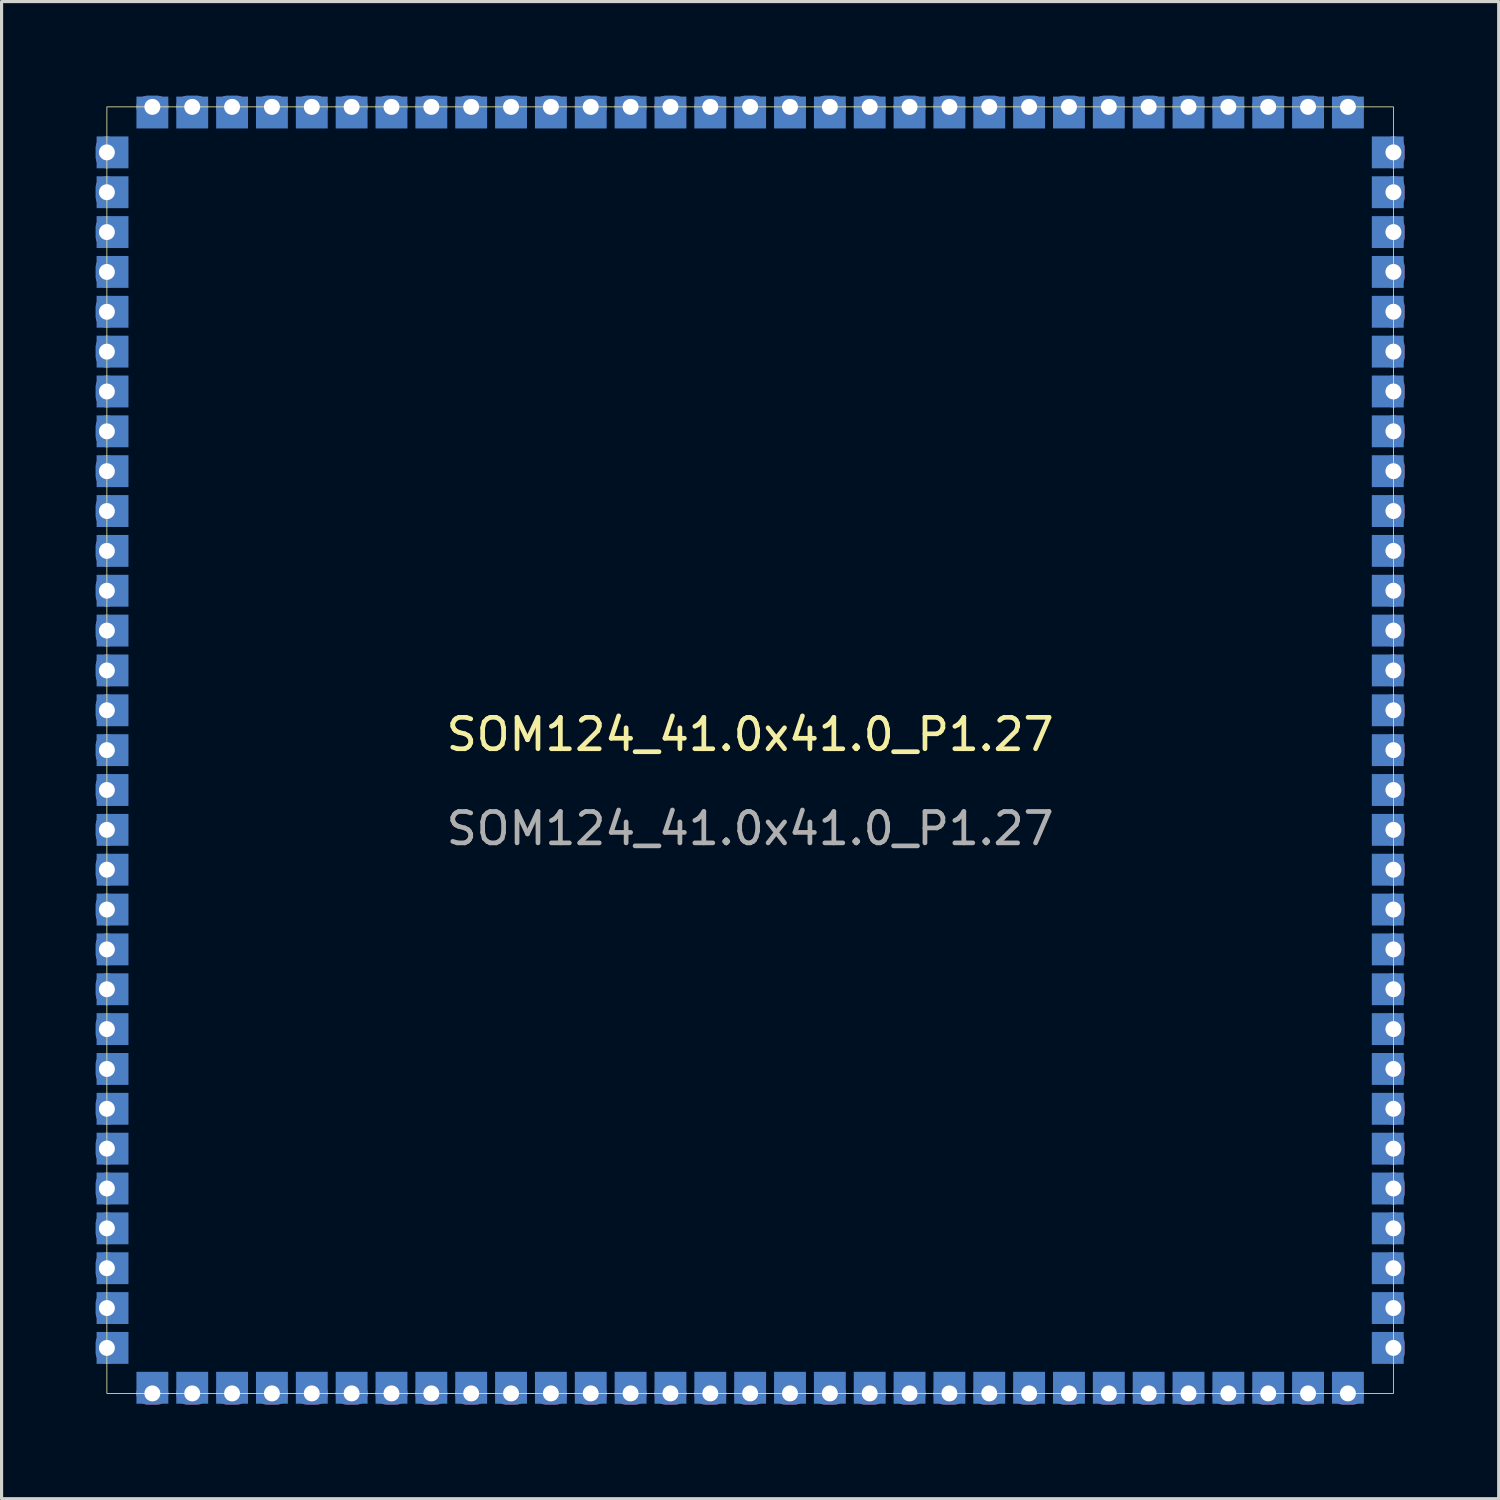
<source format=kicad_pcb>
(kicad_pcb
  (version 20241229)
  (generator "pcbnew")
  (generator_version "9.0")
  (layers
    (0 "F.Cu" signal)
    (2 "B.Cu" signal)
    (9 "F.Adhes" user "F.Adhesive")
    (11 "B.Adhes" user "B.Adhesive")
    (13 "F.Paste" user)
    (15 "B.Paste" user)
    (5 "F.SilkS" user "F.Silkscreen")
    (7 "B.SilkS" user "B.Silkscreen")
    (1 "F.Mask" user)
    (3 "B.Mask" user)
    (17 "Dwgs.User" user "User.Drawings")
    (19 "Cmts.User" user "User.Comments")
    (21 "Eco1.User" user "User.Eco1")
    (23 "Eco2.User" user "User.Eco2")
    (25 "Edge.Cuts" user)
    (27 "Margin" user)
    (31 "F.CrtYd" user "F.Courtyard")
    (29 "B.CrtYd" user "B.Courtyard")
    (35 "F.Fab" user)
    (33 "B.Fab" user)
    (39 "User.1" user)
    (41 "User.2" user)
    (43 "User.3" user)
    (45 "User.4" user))
  (footprint "SOM124_41.0x41.0_P1.27"
    (layer "F.Cu")
    (at 20.856 20.856)
    (property "Reference" "SOM124_41.0x41.0_P1.27" (at 0 -0.5 0) (unlocked yes) (layer "F.SilkS") (effects (font (size 1 1) (thickness 0.15))))
    (attr smd)
    (fp_rect (start -20.5 -20.5) (end 20.5 20.5) (stroke (width 0.025) (type solid)) (fill no) (layer "F.SilkS"))
    (fp_text user "${REFERENCE}" (at 0 2.5 0) (unlocked yes) (layer "F.Fab") (effects (font (size 1 1) (thickness 0.15))))
    (pad "1" thru_hole oval (at -20.5 -19.05) (size 0.711 1.016) (drill 0.508) (layers "*.Cu" "*.Mask"))
    (pad "1" smd rect (at -20.32 -19.05) (size 1.016 1.016) (layers "F.Mask" "B.Cu"))
    (pad "2" thru_hole oval (at -20.5 -17.78) (size 0.711 1.016) (drill 0.508) (layers "*.Cu" "*.Mask"))
    (pad "2" smd rect (at -20.32 -17.78) (size 1.016 1.016) (layers "F.Mask" "B.Cu"))
    (pad "3" thru_hole oval (at -20.5 -16.51) (size 0.711 1.016) (drill 0.508) (layers "*.Cu" "*.Mask"))
    (pad "3" smd rect (at -20.32 -16.51) (size 1.016 1.016) (layers "F.Mask" "B.Cu"))
    (pad "4" thru_hole oval (at -20.5 -15.24) (size 0.711 1.016) (drill 0.508) (layers "*.Cu" "*.Mask"))
    (pad "4" smd rect (at -20.32 -15.24) (size 1.016 1.016) (layers "F.Mask" "B.Cu"))
    (pad "5" thru_hole oval (at -20.5 -13.97) (size 0.711 1.016) (drill 0.508) (layers "*.Cu" "*.Mask"))
    (pad "5" smd rect (at -20.32 -13.97) (size 1.016 1.016) (layers "F.Mask" "B.Cu"))
    (pad "6" thru_hole oval (at -20.5 -12.7) (size 0.711 1.016) (drill 0.508) (layers "*.Cu" "*.Mask"))
    (pad "6" smd rect (at -20.32 -12.7) (size 1.016 1.016) (layers "F.Mask" "B.Cu"))
    (pad "7" thru_hole oval (at -20.5 -11.43) (size 0.711 1.016) (drill 0.508) (layers "*.Cu" "*.Mask"))
    (pad "7" smd rect (at -20.32 -11.43) (size 1.016 1.016) (layers "F.Mask" "B.Cu"))
    (pad "8" thru_hole oval (at -20.5 -10.16) (size 0.711 1.016) (drill 0.508) (layers "*.Cu" "*.Mask"))
    (pad "8" smd rect (at -20.32 -10.16) (size 1.016 1.016) (layers "F.Mask" "B.Cu"))
    (pad "9" thru_hole oval (at -20.5 -8.89) (size 0.711 1.016) (drill 0.508) (layers "*.Cu" "*.Mask"))
    (pad "9" smd rect (at -20.32 -8.89) (size 1.016 1.016) (layers "F.Mask" "B.Cu"))
    (pad "10" thru_hole oval (at -20.5 -7.62) (size 0.711 1.016) (drill 0.508) (layers "*.Cu" "*.Mask"))
    (pad "10" smd rect (at -20.32 -7.62) (size 1.016 1.016) (layers "F.Mask" "B.Cu"))
    (pad "11" thru_hole oval (at -20.5 -6.35) (size 0.711 1.016) (drill 0.508) (layers "*.Cu" "*.Mask"))
    (pad "11" smd rect (at -20.32 -6.35) (size 1.016 1.016) (layers "F.Mask" "B.Cu"))
    (pad "12" thru_hole oval (at -20.5 -5.08) (size 0.711 1.016) (drill 0.508) (layers "*.Cu" "*.Mask"))
    (pad "12" smd rect (at -20.32 -5.08) (size 1.016 1.016) (layers "F.Mask" "B.Cu"))
    (pad "13" thru_hole oval (at -20.5 -3.81) (size 0.711 1.016) (drill 0.508) (layers "*.Cu" "*.Mask"))
    (pad "13" smd rect (at -20.32 -3.81) (size 1.016 1.016) (layers "F.Mask" "B.Cu"))
    (pad "14" thru_hole oval (at -20.5 -2.54) (size 0.711 1.016) (drill 0.508) (layers "*.Cu" "*.Mask"))
    (pad "14" smd rect (at -20.32 -2.54) (size 1.016 1.016) (layers "F.Mask" "B.Cu"))
    (pad "15" thru_hole oval (at -20.5 -1.27) (size 0.711 1.016) (drill 0.508) (layers "*.Cu" "*.Mask"))
    (pad "15" smd rect (at -20.32 -1.27) (size 1.016 1.016) (layers "F.Mask" "B.Cu"))
    (pad "16" thru_hole oval (at -20.5 0) (size 0.711 1.016) (drill 0.508) (layers "*.Cu" "*.Mask"))
    (pad "16" smd rect (at -20.32 0) (size 1.016 1.016) (layers "F.Mask" "B.Cu"))
    (pad "17" thru_hole oval (at -20.5 1.27) (size 0.711 1.016) (drill 0.508) (layers "*.Cu" "*.Mask"))
    (pad "17" smd rect (at -20.32 1.27) (size 1.016 1.016) (layers "F.Mask" "B.Cu"))
    (pad "18" thru_hole oval (at -20.5 2.54) (size 0.711 1.016) (drill 0.508) (layers "*.Cu" "*.Mask"))
    (pad "18" smd rect (at -20.32 2.54) (size 1.016 1.016) (layers "F.Mask" "B.Cu"))
    (pad "19" thru_hole oval (at -20.5 3.81) (size 0.711 1.016) (drill 0.508) (layers "*.Cu" "*.Mask"))
    (pad "19" smd rect (at -20.32 3.81) (size 1.016 1.016) (layers "F.Mask" "B.Cu"))
    (pad "20" thru_hole oval (at -20.5 5.08) (size 0.711 1.016) (drill 0.508) (layers "*.Cu" "*.Mask"))
    (pad "20" smd rect (at -20.32 5.08) (size 1.016 1.016) (layers "F.Mask" "B.Cu"))
    (pad "21" thru_hole oval (at -20.5 6.35) (size 0.711 1.016) (drill 0.508) (layers "*.Cu" "*.Mask"))
    (pad "21" smd rect (at -20.32 6.35) (size 1.016 1.016) (layers "F.Mask" "B.Cu"))
    (pad "22" thru_hole oval (at -20.5 7.62) (size 0.711 1.016) (drill 0.508) (layers "*.Cu" "*.Mask"))
    (pad "22" smd rect (at -20.32 7.62) (size 1.016 1.016) (layers "F.Mask" "B.Cu"))
    (pad "23" thru_hole oval (at -20.5 8.89) (size 0.711 1.016) (drill 0.508) (layers "*.Cu" "*.Mask"))
    (pad "23" smd rect (at -20.32 8.89) (size 1.016 1.016) (layers "F.Mask" "B.Cu"))
    (pad "24" thru_hole oval (at -20.5 10.16) (size 0.711 1.016) (drill 0.508) (layers "*.Cu" "*.Mask"))
    (pad "24" smd rect (at -20.32 10.16) (size 1.016 1.016) (layers "F.Mask" "B.Cu"))
    (pad "25" thru_hole oval (at -20.5 11.43) (size 0.711 1.016) (drill 0.508) (layers "*.Cu" "*.Mask"))
    (pad "25" smd rect (at -20.32 11.43) (size 1.016 1.016) (layers "F.Mask" "B.Cu"))
    (pad "26" thru_hole oval (at -20.5 12.7) (size 0.711 1.016) (drill 0.508) (layers "*.Cu" "*.Mask"))
    (pad "26" smd rect (at -20.32 12.7) (size 1.016 1.016) (layers "F.Mask" "B.Cu"))
    (pad "27" thru_hole oval (at -20.5 13.97) (size 0.711 1.016) (drill 0.508) (layers "*.Cu" "*.Mask"))
    (pad "27" smd rect (at -20.32 13.97) (size 1.016 1.016) (layers "F.Mask" "B.Cu"))
    (pad "28" thru_hole oval (at -20.5 15.24) (size 0.711 1.016) (drill 0.508) (layers "*.Cu" "*.Mask"))
    (pad "28" smd rect (at -20.32 15.24) (size 1.016 1.016) (layers "F.Mask" "B.Cu"))
    (pad "29" thru_hole oval (at -20.5 16.51) (size 0.711 1.016) (drill 0.508) (layers "*.Cu" "*.Mask"))
    (pad "29" smd rect (at -20.32 16.51) (size 1.016 1.016) (layers "F.Mask" "B.Cu"))
    (pad "30" thru_hole oval (at -20.5 17.78) (size 0.711 1.016) (drill 0.508) (layers "*.Cu" "*.Mask"))
    (pad "30" smd rect (at -20.32 17.78) (size 1.016 1.016) (layers "F.Mask" "B.Cu"))
    (pad "31" thru_hole oval (at -20.5 19.05) (size 0.711 1.016) (drill 0.508) (layers "*.Cu" "*.Mask"))
    (pad "31" smd rect (at -20.32 19.05) (size 1.016 1.016) (layers "F.Mask" "B.Cu"))
    (pad "32" smd rect (at -19.05 20.32) (size 1.016 1.016) (layers "F.Mask" "B.Cu"))
    (pad "32" thru_hole oval (at -19.05 20.5 90) (size 0.711 1.016) (drill 0.508) (layers "*.Cu" "*.Mask"))
    (pad "33" smd rect (at -17.78 20.32) (size 1.016 1.016) (layers "F.Mask" "B.Cu"))
    (pad "33" thru_hole oval (at -17.78 20.5 90) (size 0.711 1.016) (drill 0.508) (layers "*.Cu" "*.Mask"))
    (pad "34" smd rect (at -16.51 20.32) (size 1.016 1.016) (layers "F.Mask" "B.Cu"))
    (pad "34" thru_hole oval (at -16.51 20.5 90) (size 0.711 1.016) (drill 0.508) (layers "*.Cu" "*.Mask"))
    (pad "35" smd rect (at -15.24 20.32) (size 1.016 1.016) (layers "F.Mask" "B.Cu"))
    (pad "35" thru_hole oval (at -15.24 20.5 90) (size 0.711 1.016) (drill 0.508) (layers "*.Cu" "*.Mask"))
    (pad "36" smd rect (at -13.97 20.32) (size 1.016 1.016) (layers "F.Mask" "B.Cu"))
    (pad "36" thru_hole oval (at -13.97 20.5 90) (size 0.711 1.016) (drill 0.508) (layers "*.Cu" "*.Mask"))
    (pad "37" smd rect (at -12.7 20.32) (size 1.016 1.016) (layers "F.Mask" "B.Cu"))
    (pad "37" thru_hole oval (at -12.7 20.5 90) (size 0.711 1.016) (drill 0.508) (layers "*.Cu" "*.Mask"))
    (pad "38" smd rect (at -11.43 20.32) (size 1.016 1.016) (layers "F.Mask" "B.Cu"))
    (pad "38" thru_hole oval (at -11.43 20.5 90) (size 0.711 1.016) (drill 0.508) (layers "*.Cu" "*.Mask"))
    (pad "39" smd rect (at -10.16 20.32) (size 1.016 1.016) (layers "F.Mask" "B.Cu"))
    (pad "39" thru_hole oval (at -10.16 20.5 90) (size 0.711 1.016) (drill 0.508) (layers "*.Cu" "*.Mask"))
    (pad "40" smd rect (at -8.89 20.32) (size 1.016 1.016) (layers "F.Mask" "B.Cu"))
    (pad "40" thru_hole oval (at -8.89 20.5 90) (size 0.711 1.016) (drill 0.508) (layers "*.Cu" "*.Mask"))
    (pad "41" smd rect (at -7.62 20.32) (size 1.016 1.016) (layers "F.Mask" "B.Cu"))
    (pad "41" thru_hole oval (at -7.62 20.5 90) (size 0.711 1.016) (drill 0.508) (layers "*.Cu" "*.Mask"))
    (pad "42" smd rect (at -6.35 20.32) (size 1.016 1.016) (layers "F.Mask" "B.Cu"))
    (pad "42" thru_hole oval (at -6.35 20.5 90) (size 0.711 1.016) (drill 0.508) (layers "*.Cu" "*.Mask"))
    (pad "43" smd rect (at -5.08 20.32) (size 1.016 1.016) (layers "F.Mask" "B.Cu"))
    (pad "43" thru_hole oval (at -5.08 20.5 90) (size 0.711 1.016) (drill 0.508) (layers "*.Cu" "*.Mask"))
    (pad "44" smd rect (at -3.81 20.32) (size 1.016 1.016) (layers "F.Mask" "B.Cu"))
    (pad "44" thru_hole oval (at -3.81 20.5 90) (size 0.711 1.016) (drill 0.508) (layers "*.Cu" "*.Mask"))
    (pad "45" smd rect (at -2.54 20.32) (size 1.016 1.016) (layers "F.Mask" "B.Cu"))
    (pad "45" thru_hole oval (at -2.54 20.5 90) (size 0.711 1.016) (drill 0.508) (layers "*.Cu" "*.Mask"))
    (pad "46" smd rect (at -1.27 20.32) (size 1.016 1.016) (layers "F.Mask" "B.Cu"))
    (pad "46" thru_hole oval (at -1.27 20.5 90) (size 0.711 1.016) (drill 0.508) (layers "*.Cu" "*.Mask"))
    (pad "47" smd rect (at 0 20.32) (size 1.016 1.016) (layers "F.Mask" "B.Cu"))
    (pad "47" thru_hole oval (at 0 20.5 90) (size 0.711 1.016) (drill 0.508) (layers "*.Cu" "*.Mask"))
    (pad "48" smd rect (at 1.27 20.32) (size 1.016 1.016) (layers "F.Mask" "B.Cu"))
    (pad "48" thru_hole oval (at 1.27 20.5 90) (size 0.711 1.016) (drill 0.508) (layers "*.Cu" "*.Mask"))
    (pad "49" smd rect (at 2.54 20.32) (size 1.016 1.016) (layers "F.Mask" "B.Cu"))
    (pad "49" thru_hole oval (at 2.54 20.5 90) (size 0.711 1.016) (drill 0.508) (layers "*.Cu" "*.Mask"))
    (pad "50" smd rect (at 3.81 20.32) (size 1.016 1.016) (layers "F.Mask" "B.Cu"))
    (pad "50" thru_hole oval (at 3.81 20.5 90) (size 0.711 1.016) (drill 0.508) (layers "*.Cu" "*.Mask"))
    (pad "51" smd rect (at 5.08 20.32) (size 1.016 1.016) (layers "F.Mask" "B.Cu"))
    (pad "51" thru_hole oval (at 5.08 20.5 90) (size 0.711 1.016) (drill 0.508) (layers "*.Cu" "*.Mask"))
    (pad "52" smd rect (at 6.35 20.32) (size 1.016 1.016) (layers "F.Mask" "B.Cu"))
    (pad "52" thru_hole oval (at 6.35 20.5 90) (size 0.711 1.016) (drill 0.508) (layers "*.Cu" "*.Mask"))
    (pad "53" smd rect (at 7.62 20.32) (size 1.016 1.016) (layers "F.Mask" "B.Cu"))
    (pad "53" thru_hole oval (at 7.62 20.5 90) (size 0.711 1.016) (drill 0.508) (layers "*.Cu" "*.Mask"))
    (pad "54" smd rect (at 8.89 20.32) (size 1.016 1.016) (layers "F.Mask" "B.Cu"))
    (pad "54" thru_hole oval (at 8.89 20.5 90) (size 0.711 1.016) (drill 0.508) (layers "*.Cu" "*.Mask"))
    (pad "55" smd rect (at 10.16 20.32) (size 1.016 1.016) (layers "F.Mask" "B.Cu"))
    (pad "55" thru_hole oval (at 10.16 20.5 90) (size 0.711 1.016) (drill 0.508) (layers "*.Cu" "*.Mask"))
    (pad "56" smd rect (at 11.43 20.32) (size 1.016 1.016) (layers "F.Mask" "B.Cu"))
    (pad "56" thru_hole oval (at 11.43 20.5 90) (size 0.711 1.016) (drill 0.508) (layers "*.Cu" "*.Mask"))
    (pad "57" smd rect (at 12.7 20.32) (size 1.016 1.016) (layers "F.Mask" "B.Cu"))
    (pad "57" thru_hole oval (at 12.7 20.5 90) (size 0.711 1.016) (drill 0.508) (layers "*.Cu" "*.Mask"))
    (pad "58" smd rect (at 13.97 20.32) (size 1.016 1.016) (layers "F.Mask" "B.Cu"))
    (pad "58" thru_hole oval (at 13.97 20.5 90) (size 0.711 1.016) (drill 0.508) (layers "*.Cu" "*.Mask"))
    (pad "59" smd rect (at 15.24 20.32) (size 1.016 1.016) (layers "F.Mask" "B.Cu"))
    (pad "59" thru_hole oval (at 15.24 20.5 90) (size 0.711 1.016) (drill 0.508) (layers "*.Cu" "*.Mask"))
    (pad "60" smd rect (at 16.51 20.32) (size 1.016 1.016) (layers "F.Mask" "B.Cu"))
    (pad "60" thru_hole oval (at 16.51 20.5 90) (size 0.711 1.016) (drill 0.508) (layers "*.Cu" "*.Mask"))
    (pad "61" smd rect (at 17.78 20.32) (size 1.016 1.016) (layers "F.Mask" "B.Cu"))
    (pad "61" thru_hole oval (at 17.78 20.5 90) (size 0.711 1.016) (drill 0.508) (layers "*.Cu" "*.Mask"))
    (pad "62" smd rect (at 19.05 20.32) (size 1.016 1.016) (layers "F.Mask" "B.Cu"))
    (pad "62" thru_hole oval (at 19.05 20.5 90) (size 0.711 1.016) (drill 0.508) (layers "*.Cu" "*.Mask"))
    (pad "63" smd rect (at 20.32 19.05) (size 1.016 1.016) (layers "F.Mask" "B.Cu"))
    (pad "63" thru_hole oval (at 20.5 19.05) (size 0.711 1.016) (drill 0.508) (layers "*.Cu" "*.Mask"))
    (pad "64" smd rect (at 20.32 17.78) (size 1.016 1.016) (layers "F.Mask" "B.Cu"))
    (pad "64" thru_hole oval (at 20.5 17.78) (size 0.711 1.016) (drill 0.508) (layers "*.Cu" "*.Mask"))
    (pad "65" smd rect (at 20.32 16.51) (size 1.016 1.016) (layers "F.Mask" "B.Cu"))
    (pad "65" thru_hole oval (at 20.5 16.51) (size 0.711 1.016) (drill 0.508) (layers "*.Cu" "*.Mask"))
    (pad "66" smd rect (at 20.32 15.24) (size 1.016 1.016) (layers "F.Mask" "B.Cu"))
    (pad "66" thru_hole oval (at 20.5 15.24) (size 0.711 1.016) (drill 0.508) (layers "*.Cu" "*.Mask"))
    (pad "67" smd rect (at 20.32 13.97) (size 1.016 1.016) (layers "F.Mask" "B.Cu"))
    (pad "67" thru_hole oval (at 20.5 13.97) (size 0.711 1.016) (drill 0.508) (layers "*.Cu" "*.Mask"))
    (pad "68" smd rect (at 20.32 12.7) (size 1.016 1.016) (layers "F.Mask" "B.Cu"))
    (pad "68" thru_hole oval (at 20.5 12.7) (size 0.711 1.016) (drill 0.508) (layers "*.Cu" "*.Mask"))
    (pad "69" smd rect (at 20.32 11.43) (size 1.016 1.016) (layers "F.Mask" "B.Cu"))
    (pad "69" thru_hole oval (at 20.5 11.43) (size 0.711 1.016) (drill 0.508) (layers "*.Cu" "*.Mask"))
    (pad "70" smd rect (at 20.32 10.16) (size 1.016 1.016) (layers "F.Mask" "B.Cu"))
    (pad "70" thru_hole oval (at 20.5 10.16) (size 0.711 1.016) (drill 0.508) (layers "*.Cu" "*.Mask"))
    (pad "71" smd rect (at 20.32 8.89) (size 1.016 1.016) (layers "F.Mask" "B.Cu"))
    (pad "71" thru_hole oval (at 20.5 8.89) (size 0.711 1.016) (drill 0.508) (layers "*.Cu" "*.Mask"))
    (pad "72" smd rect (at 20.32 7.62) (size 1.016 1.016) (layers "F.Mask" "B.Cu"))
    (pad "72" thru_hole oval (at 20.5 7.62) (size 0.711 1.016) (drill 0.508) (layers "*.Cu" "*.Mask"))
    (pad "73" smd rect (at 20.32 6.35) (size 1.016 1.016) (layers "F.Mask" "B.Cu"))
    (pad "73" thru_hole oval (at 20.5 6.35) (size 0.711 1.016) (drill 0.508) (layers "*.Cu" "*.Mask"))
    (pad "74" smd rect (at 20.32 5.08) (size 1.016 1.016) (layers "F.Mask" "B.Cu"))
    (pad "74" thru_hole oval (at 20.5 5.08) (size 0.711 1.016) (drill 0.508) (layers "*.Cu" "*.Mask"))
    (pad "75" smd rect (at 20.32 3.81) (size 1.016 1.016) (layers "F.Mask" "B.Cu"))
    (pad "75" thru_hole oval (at 20.5 3.81) (size 0.711 1.016) (drill 0.508) (layers "*.Cu" "*.Mask"))
    (pad "76" smd rect (at 20.32 2.54) (size 1.016 1.016) (layers "F.Mask" "B.Cu"))
    (pad "76" thru_hole oval (at 20.5 2.54) (size 0.711 1.016) (drill 0.508) (layers "*.Cu" "*.Mask"))
    (pad "77" smd rect (at 20.32 1.27) (size 1.016 1.016) (layers "F.Mask" "B.Cu"))
    (pad "77" thru_hole oval (at 20.5 1.27) (size 0.711 1.016) (drill 0.508) (layers "*.Cu" "*.Mask"))
    (pad "78" smd rect (at 20.32 0) (size 1.016 1.016) (layers "F.Mask" "B.Cu"))
    (pad "78" thru_hole oval (at 20.5 0) (size 0.711 1.016) (drill 0.508) (layers "*.Cu" "*.Mask"))
    (pad "79" smd rect (at 20.32 -1.27) (size 1.016 1.016) (layers "F.Mask" "B.Cu"))
    (pad "79" thru_hole oval (at 20.5 -1.27) (size 0.711 1.016) (drill 0.508) (layers "*.Cu" "*.Mask"))
    (pad "80" smd rect (at 20.32 -2.54) (size 1.016 1.016) (layers "F.Mask" "B.Cu"))
    (pad "80" thru_hole oval (at 20.5 -2.54) (size 0.711 1.016) (drill 0.508) (layers "*.Cu" "*.Mask"))
    (pad "81" smd rect (at 20.32 -3.81) (size 1.016 1.016) (layers "F.Mask" "B.Cu"))
    (pad "81" thru_hole oval (at 20.5 -3.81) (size 0.711 1.016) (drill 0.508) (layers "*.Cu" "*.Mask"))
    (pad "82" smd rect (at 20.32 -5.08) (size 1.016 1.016) (layers "F.Mask" "B.Cu"))
    (pad "82" thru_hole oval (at 20.5 -5.08) (size 0.711 1.016) (drill 0.508) (layers "*.Cu" "*.Mask"))
    (pad "83" smd rect (at 20.32 -6.35) (size 1.016 1.016) (layers "F.Mask" "B.Cu"))
    (pad "83" thru_hole oval (at 20.5 -6.35) (size 0.711 1.016) (drill 0.508) (layers "*.Cu" "*.Mask"))
    (pad "84" smd rect (at 20.32 -7.62) (size 1.016 1.016) (layers "F.Mask" "B.Cu"))
    (pad "84" thru_hole oval (at 20.5 -7.62) (size 0.711 1.016) (drill 0.508) (layers "*.Cu" "*.Mask"))
    (pad "85" smd rect (at 20.32 -8.89) (size 1.016 1.016) (layers "F.Mask" "B.Cu"))
    (pad "85" thru_hole oval (at 20.5 -8.89) (size 0.711 1.016) (drill 0.508) (layers "*.Cu" "*.Mask"))
    (pad "86" smd rect (at 20.32 -10.16) (size 1.016 1.016) (layers "F.Mask" "B.Cu"))
    (pad "86" thru_hole oval (at 20.5 -10.16) (size 0.711 1.016) (drill 0.508) (layers "*.Cu" "*.Mask"))
    (pad "87" smd rect (at 20.32 -11.43) (size 1.016 1.016) (layers "F.Mask" "B.Cu"))
    (pad "87" thru_hole oval (at 20.5 -11.43) (size 0.711 1.016) (drill 0.508) (layers "*.Cu" "*.Mask"))
    (pad "88" smd rect (at 20.32 -12.7) (size 1.016 1.016) (layers "F.Mask" "B.Cu"))
    (pad "88" thru_hole oval (at 20.5 -12.7) (size 0.711 1.016) (drill 0.508) (layers "*.Cu" "*.Mask"))
    (pad "89" smd rect (at 20.32 -13.97) (size 1.016 1.016) (layers "F.Mask" "B.Cu"))
    (pad "89" thru_hole oval (at 20.5 -13.97) (size 0.711 1.016) (drill 0.508) (layers "*.Cu" "*.Mask"))
    (pad "90" smd rect (at 20.32 -15.24) (size 1.016 1.016) (layers "F.Mask" "B.Cu"))
    (pad "90" thru_hole oval (at 20.5 -15.24) (size 0.711 1.016) (drill 0.508) (layers "*.Cu" "*.Mask"))
    (pad "91" smd rect (at 20.32 -16.51) (size 1.016 1.016) (layers "F.Mask" "B.Cu"))
    (pad "91" thru_hole oval (at 20.5 -16.51) (size 0.711 1.016) (drill 0.508) (layers "*.Cu" "*.Mask"))
    (pad "92" smd rect (at 20.32 -17.78) (size 1.016 1.016) (layers "F.Mask" "B.Cu"))
    (pad "92" thru_hole oval (at 20.5 -17.78) (size 0.711 1.016) (drill 0.508) (layers "*.Cu" "*.Mask"))
    (pad "93" smd rect (at 20.32 -19.05) (size 1.016 1.016) (layers "F.Mask" "B.Cu"))
    (pad "93" thru_hole oval (at 20.5 -19.05) (size 0.711 1.016) (drill 0.508) (layers "*.Cu" "*.Mask"))
    (pad "94" thru_hole oval (at 19.05 -20.5 90) (size 0.711 1.016) (drill 0.508) (layers "*.Cu" "*.Mask"))
    (pad "94" smd rect (at 19.05 -20.32) (size 1.016 1.016) (layers "F.Mask" "B.Cu"))
    (pad "95" thru_hole oval (at 17.78 -20.5 90) (size 0.711 1.016) (drill 0.508) (layers "*.Cu" "*.Mask"))
    (pad "95" smd rect (at 17.78 -20.32) (size 1.016 1.016) (layers "F.Mask" "B.Cu"))
    (pad "96" thru_hole oval (at 16.51 -20.5 90) (size 0.711 1.016) (drill 0.508) (layers "*.Cu" "*.Mask"))
    (pad "96" smd rect (at 16.51 -20.32) (size 1.016 1.016) (layers "F.Mask" "B.Cu"))
    (pad "97" thru_hole oval (at 15.24 -20.5 90) (size 0.711 1.016) (drill 0.508) (layers "*.Cu" "*.Mask"))
    (pad "97" smd rect (at 15.24 -20.32) (size 1.016 1.016) (layers "F.Mask" "B.Cu"))
    (pad "98" thru_hole oval (at 13.97 -20.5 90) (size 0.711 1.016) (drill 0.508) (layers "*.Cu" "*.Mask"))
    (pad "98" smd rect (at 13.97 -20.32) (size 1.016 1.016) (layers "F.Mask" "B.Cu"))
    (pad "99" thru_hole oval (at 12.7 -20.5 90) (size 0.711 1.016) (drill 0.508) (layers "*.Cu" "*.Mask"))
    (pad "99" smd rect (at 12.7 -20.32) (size 1.016 1.016) (layers "F.Mask" "B.Cu"))
    (pad "100" thru_hole oval (at 11.43 -20.5 90) (size 0.711 1.016) (drill 0.508) (layers "*.Cu" "*.Mask"))
    (pad "100" smd rect (at 11.43 -20.32) (size 1.016 1.016) (layers "F.Mask" "B.Cu"))
    (pad "101" thru_hole oval (at 10.16 -20.5 90) (size 0.711 1.016) (drill 0.508) (layers "*.Cu" "*.Mask"))
    (pad "101" smd rect (at 10.16 -20.32) (size 1.016 1.016) (layers "F.Mask" "B.Cu"))
    (pad "102" thru_hole oval (at 8.89 -20.5 90) (size 0.711 1.016) (drill 0.508) (layers "*.Cu" "*.Mask"))
    (pad "102" smd rect (at 8.89 -20.32) (size 1.016 1.016) (layers "F.Mask" "B.Cu"))
    (pad "103" thru_hole oval (at 7.62 -20.5 90) (size 0.711 1.016) (drill 0.508) (layers "*.Cu" "*.Mask"))
    (pad "103" smd rect (at 7.62 -20.32) (size 1.016 1.016) (layers "F.Mask" "B.Cu"))
    (pad "104" thru_hole oval (at 6.35 -20.5 90) (size 0.711 1.016) (drill 0.508) (layers "*.Cu" "*.Mask"))
    (pad "104" smd rect (at 6.35 -20.32) (size 1.016 1.016) (layers "F.Mask" "B.Cu"))
    (pad "105" thru_hole oval (at 5.08 -20.5 90) (size 0.711 1.016) (drill 0.508) (layers "*.Cu" "*.Mask"))
    (pad "105" smd rect (at 5.08 -20.32) (size 1.016 1.016) (layers "F.Mask" "B.Cu"))
    (pad "106" thru_hole oval (at 3.81 -20.5 90) (size 0.711 1.016) (drill 0.508) (layers "*.Cu" "*.Mask"))
    (pad "106" smd rect (at 3.81 -20.32) (size 1.016 1.016) (layers "F.Mask" "B.Cu"))
    (pad "107" thru_hole oval (at 2.54 -20.5 90) (size 0.711 1.016) (drill 0.508) (layers "*.Cu" "*.Mask"))
    (pad "107" smd rect (at 2.54 -20.32) (size 1.016 1.016) (layers "F.Mask" "B.Cu"))
    (pad "108" thru_hole oval (at 1.27 -20.5 90) (size 0.711 1.016) (drill 0.508) (layers "*.Cu" "*.Mask"))
    (pad "108" smd rect (at 1.27 -20.32) (size 1.016 1.016) (layers "F.Mask" "B.Cu"))
    (pad "109" thru_hole oval (at 0 -20.5 90) (size 0.711 1.016) (drill 0.508) (layers "*.Cu" "*.Mask"))
    (pad "109" smd rect (at 0 -20.32) (size 1.016 1.016) (layers "F.Mask" "B.Cu"))
    (pad "110" thru_hole oval (at -1.27 -20.5 90) (size 0.711 1.016) (drill 0.508) (layers "*.Cu" "*.Mask"))
    (pad "110" smd rect (at -1.27 -20.32) (size 1.016 1.016) (layers "F.Mask" "B.Cu"))
    (pad "111" thru_hole oval (at -2.54 -20.5 90) (size 0.711 1.016) (drill 0.508) (layers "*.Cu" "*.Mask"))
    (pad "111" smd rect (at -2.54 -20.32) (size 1.016 1.016) (layers "F.Mask" "B.Cu"))
    (pad "112" thru_hole oval (at -3.81 -20.5 90) (size 0.711 1.016) (drill 0.508) (layers "*.Cu" "*.Mask"))
    (pad "112" smd rect (at -3.81 -20.32) (size 1.016 1.016) (layers "F.Mask" "B.Cu"))
    (pad "113" thru_hole oval (at -5.08 -20.5 90) (size 0.711 1.016) (drill 0.508) (layers "*.Cu" "*.Mask"))
    (pad "113" smd rect (at -5.08 -20.32) (size 1.016 1.016) (layers "F.Mask" "B.Cu"))
    (pad "114" thru_hole oval (at -6.35 -20.5 90) (size 0.711 1.016) (drill 0.508) (layers "*.Cu" "*.Mask"))
    (pad "114" smd rect (at -6.35 -20.32) (size 1.016 1.016) (layers "F.Mask" "B.Cu"))
    (pad "115" thru_hole oval (at -7.62 -20.5 90) (size 0.711 1.016) (drill 0.508) (layers "*.Cu" "*.Mask"))
    (pad "115" smd rect (at -7.62 -20.32) (size 1.016 1.016) (layers "F.Mask" "B.Cu"))
    (pad "116" thru_hole oval (at -8.89 -20.5 90) (size 0.711 1.016) (drill 0.508) (layers "*.Cu" "*.Mask"))
    (pad "116" smd rect (at -8.89 -20.32) (size 1.016 1.016) (layers "F.Mask" "B.Cu"))
    (pad "117" thru_hole oval (at -10.16 -20.5 90) (size 0.711 1.016) (drill 0.508) (layers "*.Cu" "*.Mask"))
    (pad "117" smd rect (at -10.16 -20.32) (size 1.016 1.016) (layers "F.Mask" "B.Cu"))
    (pad "118" thru_hole oval (at -11.43 -20.5 90) (size 0.711 1.016) (drill 0.508) (layers "*.Cu" "*.Mask"))
    (pad "118" smd rect (at -11.43 -20.32) (size 1.016 1.016) (layers "F.Mask" "B.Cu"))
    (pad "119" thru_hole oval (at -12.7 -20.5 90) (size 0.711 1.016) (drill 0.508) (layers "*.Cu" "*.Mask"))
    (pad "119" smd rect (at -12.7 -20.32) (size 1.016 1.016) (layers "F.Mask" "B.Cu"))
    (pad "120" thru_hole oval (at -13.97 -20.5 90) (size 0.711 1.016) (drill 0.508) (layers "*.Cu" "*.Mask"))
    (pad "120" smd rect (at -13.97 -20.32) (size 1.016 1.016) (layers "F.Mask" "B.Cu"))
    (pad "121" thru_hole oval (at -15.24 -20.5 90) (size 0.711 1.016) (drill 0.508) (layers "*.Cu" "*.Mask"))
    (pad "121" smd rect (at -15.24 -20.32) (size 1.016 1.016) (layers "F.Mask" "B.Cu"))
    (pad "122" thru_hole oval (at -16.51 -20.5 90) (size 0.711 1.016) (drill 0.508) (layers "*.Cu" "*.Mask"))
    (pad "122" smd rect (at -16.51 -20.32) (size 1.016 1.016) (layers "F.Mask" "B.Cu"))
    (pad "123" thru_hole oval (at -17.78 -20.5 90) (size 0.711 1.016) (drill 0.508) (layers "*.Cu" "*.Mask"))
    (pad "123" smd rect (at -17.78 -20.32) (size 1.016 1.016) (layers "F.Mask" "B.Cu"))
    (pad "124" thru_hole oval (at -19.05 -20.5 90) (size 0.711 1.016) (drill 0.508) (layers "*.Cu" "*.Mask"))
    (pad "124" smd rect (at -19.05 -20.32) (size 1.016 1.016) (layers "F.Mask" "B.Cu")))
  (gr_rect
    (start -3 -3)
    (end 44.711 44.711)
    (stroke (width 0.1) (type default))
    (fill no)
    (layer "Edge.Cuts")))
</source>
